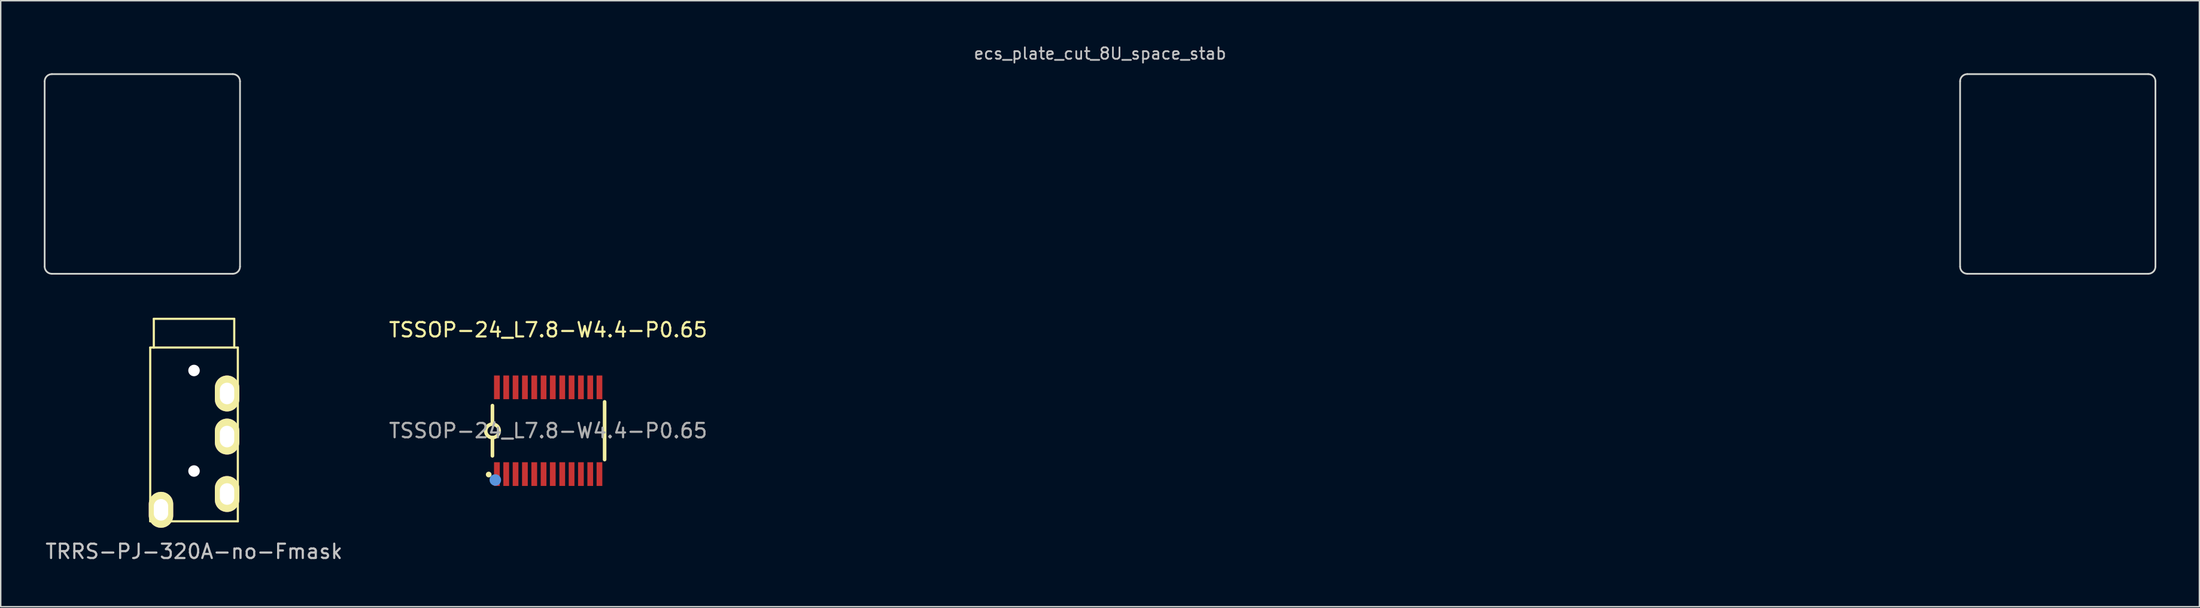
<source format=kicad_pcb>
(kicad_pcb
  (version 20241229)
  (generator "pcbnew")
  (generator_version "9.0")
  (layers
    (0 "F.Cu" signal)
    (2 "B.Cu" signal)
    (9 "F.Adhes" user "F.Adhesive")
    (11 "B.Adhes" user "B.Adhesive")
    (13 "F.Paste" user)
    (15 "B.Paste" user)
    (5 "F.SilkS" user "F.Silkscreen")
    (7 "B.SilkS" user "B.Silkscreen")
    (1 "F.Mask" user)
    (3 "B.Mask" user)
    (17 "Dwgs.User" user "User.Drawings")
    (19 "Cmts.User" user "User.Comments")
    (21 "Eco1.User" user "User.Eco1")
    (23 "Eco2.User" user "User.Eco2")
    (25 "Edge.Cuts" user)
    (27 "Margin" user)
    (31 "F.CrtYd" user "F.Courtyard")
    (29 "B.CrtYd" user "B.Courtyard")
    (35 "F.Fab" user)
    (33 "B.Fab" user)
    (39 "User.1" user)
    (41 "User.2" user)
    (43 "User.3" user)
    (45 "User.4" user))
  (footprint "TSSOP-24_L7.8-W4.4-P0.65"
    (layer "F.Cu")
    (at 35.113 26.939)
    (property "Reference" "TSSOP-24_L7.8-W4.4-P0.65" (at 0 -7.02 0) (layer "F.SilkS") (effects (font (size 1 1) (thickness 0.15))))
    (attr smd)
    (fp_line (start -3.88 -0.48) (end -3.88 -1.75) (stroke (width 0.25) (type solid)) (layer "F.SilkS"))
    (fp_line (start -3.88 1.75) (end -3.88 0.48) (stroke (width 0.25) (type solid)) (layer "F.SilkS"))
    (fp_line (start 3.93 -2.01) (end 3.93 2.01) (stroke (width 0.25) (type solid)) (layer "F.SilkS"))
    (fp_arc (start -3.888203 0.479928) (mid -3.875898 -0.459982) (end -3.88 0.48) (stroke (width 0.25) (type solid)) (layer "F.SilkS"))
    (fp_circle (center -4.14 3.05) (end -4.04 3.05) (stroke (width 0.2) (type solid)) (fill no) (layer "F.SilkS"))
    (fp_circle (center -3.68 3.43) (end -3.48 3.43) (stroke (width 0.4) (type solid)) (fill no) (layer "Cmts.User"))
    (fp_circle (center -3.9 3.19) (end -3.87 3.19) (stroke (width 0.06) (type solid)) (fill no) (layer "F.Fab"))
    (fp_text user "${REFERENCE}" (at 0 0 0) (layer "F.Fab") (effects (font (size 1 1) (thickness 0.15))))
    (pad "1" smd rect (at -3.57 3.02) (size 0.4 1.65) (layers "F.Cu" "F.Mask" "F.Paste"))
    (pad "2" smd rect (at -2.92 3.02) (size 0.4 1.65) (layers "F.Cu" "F.Mask" "F.Paste"))
    (pad "3" smd rect (at -2.27 3.02) (size 0.4 1.65) (layers "F.Cu" "F.Mask" "F.Paste"))
    (pad "4" smd rect (at -1.62 3.02) (size 0.4 1.65) (layers "F.Cu" "F.Mask" "F.Paste"))
    (pad "5" smd rect (at -0.97 3.02) (size 0.4 1.65) (layers "F.Cu" "F.Mask" "F.Paste"))
    (pad "6" smd rect (at -0.32 3.02) (size 0.4 1.65) (layers "F.Cu" "F.Mask" "F.Paste"))
    (pad "7" smd rect (at 0.32 3.02) (size 0.4 1.65) (layers "F.Cu" "F.Mask" "F.Paste"))
    (pad "8" smd rect (at 0.98 3.02) (size 0.4 1.65) (layers "F.Cu" "F.Mask" "F.Paste"))
    (pad "9" smd rect (at 1.63 3.02) (size 0.4 1.65) (layers "F.Cu" "F.Mask" "F.Paste"))
    (pad "10" smd rect (at 2.28 3.02) (size 0.4 1.65) (layers "F.Cu" "F.Mask" "F.Paste"))
    (pad "11" smd rect (at 2.93 3.02) (size 0.4 1.65) (layers "F.Cu" "F.Mask" "F.Paste"))
    (pad "12" smd rect (at 3.57 3.02) (size 0.4 1.65) (layers "F.Cu" "F.Mask" "F.Paste"))
    (pad "13" smd rect (at 3.57 -3.02) (size 0.4 1.65) (layers "F.Cu" "F.Mask" "F.Paste"))
    (pad "14" smd rect (at 2.93 -3.02) (size 0.4 1.65) (layers "F.Cu" "F.Mask" "F.Paste"))
    (pad "15" smd rect (at 2.28 -3.02) (size 0.4 1.65) (layers "F.Cu" "F.Mask" "F.Paste"))
    (pad "16" smd rect (at 1.63 -3.02) (size 0.4 1.65) (layers "F.Cu" "F.Mask" "F.Paste"))
    (pad "17" smd rect (at 0.98 -3.02) (size 0.4 1.65) (layers "F.Cu" "F.Mask" "F.Paste"))
    (pad "18" smd rect (at 0.32 -3.02) (size 0.4 1.65) (layers "F.Cu" "F.Mask" "F.Paste"))
    (pad "19" smd rect (at -0.32 -3.02) (size 0.4 1.65) (layers "F.Cu" "F.Mask" "F.Paste"))
    (pad "20" smd rect (at -0.97 -3.02) (size 0.4 1.65) (layers "F.Cu" "F.Mask" "F.Paste"))
    (pad "21" smd rect (at -1.62 -3.02) (size 0.4 1.65) (layers "F.Cu" "F.Mask" "F.Paste"))
    (pad "22" smd rect (at -2.27 -3.02) (size 0.4 1.65) (layers "F.Cu" "F.Mask" "F.Paste"))
    (pad "23" smd rect (at -2.92 -3.02) (size 0.4 1.65) (layers "F.Cu" "F.Mask" "F.Paste"))
    (pad "24" smd rect (at -3.57 -3.02) (size 0.4 1.65) (layers "F.Cu" "F.Mask" "F.Paste")))
  (footprint "TRRS-PJ-320A-no-Fmask"
    (layer "F.Cu")
    (at 10.458 21.146)
    (property "Reference" "TRRS-PJ-320A-no-Fmask" (at 0 14.2 0) (layer "Dwgs.User") (effects (font (size 1 1) (thickness 0.15))))
    (attr through_hole)
    (fp_line (start -3.05 0) (end -3.05 12.1) (stroke (width 0.15) (type solid)) (layer "F.SilkS"))
    (fp_line (start -2.8 0) (end -2.8 -2) (stroke (width 0.15) (type solid)) (layer "F.SilkS"))
    (fp_line (start 2.8 -2) (end -2.8 -2) (stroke (width 0.15) (type solid)) (layer "F.SilkS"))
    (fp_line (start 2.8 0) (end 2.8 -2) (stroke (width 0.15) (type solid)) (layer "F.SilkS"))
    (fp_line (start 3.05 0) (end -3.05 0) (stroke (width 0.15) (type solid)) (layer "F.SilkS"))
    (fp_line (start 3.05 0) (end 3.05 12.1) (stroke (width 0.15) (type solid)) (layer "F.SilkS"))
    (fp_line (start 3.05 12.1) (end -3.05 12.1) (stroke (width 0.15) (type solid)) (layer "F.SilkS"))
    (pad "" np_thru_hole circle (at 0 1.6) (size 0.8 0.8) (drill 0.8) (layers "*.Cu" "*.Mask"))
    (pad "" np_thru_hole circle (at 0 8.6) (size 0.8 0.8) (drill 0.8) (layers "*.Cu" "*.Mask"))
    (pad "A" thru_hole oval (at -2.3 11.3) (size 1.7 2.5) (drill oval 1 1.5) (layers "*.Cu" "*.Mask" "F.SilkS"))
    (pad "B" thru_hole oval (at 2.3 3.2) (size 1.7 2.5) (drill oval 1 1.5) (layers "*.Cu" "*.Mask" "F.SilkS"))
    (pad "C" thru_hole oval (at 2.3 6.2) (size 1.7 2.5) (drill oval 1 1.5) (layers "*.Cu" "*.Mask" "F.SilkS"))
    (pad "D" thru_hole oval (at 2.3 10.2) (size 1.7 2.5) (drill oval 1 1.5) (layers "*.Cu" "*.Mask" "F.SilkS")))
  (footprint "ecs_plate_cut_8U_space_stab"
    (layer "F.Cu")
    (at 73.535 9.061)
    (property "Reference" "ecs_plate_cut_8U_space_stab" (at 0 -8.382 0) (layer "Dwgs.User") (effects (font (size 0.8 0.8) (thickness 0.12))))
    (attr smd)
    (fp_line (start -73.475 6.45) (end -73.475 -6.45) (stroke (width 0.12) (type solid)) (layer "Edge.Cuts"))
    (fp_line (start -72.975 -6.95) (end -60.375 -6.95) (stroke (width 0.12) (type solid)) (layer "Edge.Cuts"))
    (fp_line (start -60.375 6.95) (end -72.975 6.95) (stroke (width 0.12) (type solid)) (layer "Edge.Cuts"))
    (fp_line (start -59.875 -6.45) (end -59.875 6.45) (stroke (width 0.12) (type solid)) (layer "Edge.Cuts"))
    (fp_line (start 59.875 6.45) (end 59.875 -6.45) (stroke (width 0.12) (type solid)) (layer "Edge.Cuts"))
    (fp_line (start 60.375 -6.95) (end 72.975 -6.95) (stroke (width 0.12) (type solid)) (layer "Edge.Cuts"))
    (fp_line (start 72.975 6.95) (end 60.375 6.95) (stroke (width 0.12) (type solid)) (layer "Edge.Cuts"))
    (fp_line (start 73.475 -6.45) (end 73.475 6.45) (stroke (width 0.12) (type solid)) (layer "Edge.Cuts"))
    (fp_arc (start -73.475 -6.45) (mid -73.328553 -6.803553) (end -72.975 -6.95) (stroke (width 0.12) (type solid)) (layer "Edge.Cuts"))
    (fp_arc (start -72.975 6.95) (mid -73.328553 6.803553) (end -73.475 6.45) (stroke (width 0.12) (type solid)) (layer "Edge.Cuts"))
    (fp_arc (start -60.375 -6.95) (mid -60.021447 -6.803553) (end -59.875 -6.45) (stroke (width 0.12) (type solid)) (layer "Edge.Cuts"))
    (fp_arc (start -59.875 6.45) (mid -60.021447 6.803553) (end -60.375 6.95) (stroke (width 0.12) (type solid)) (layer "Edge.Cuts"))
    (fp_arc (start 59.875 -6.45) (mid 60.021447 -6.803553) (end 60.375 -6.95) (stroke (width 0.12) (type solid)) (layer "Edge.Cuts"))
    (fp_arc (start 60.375 6.95) (mid 60.021447 6.803553) (end 59.875 6.45) (stroke (width 0.12) (type solid)) (layer "Edge.Cuts"))
    (fp_arc (start 72.975 -6.95) (mid 73.328553 -6.803553) (end 73.475 -6.45) (stroke (width 0.12) (type solid)) (layer "Edge.Cuts"))
    (fp_arc (start 73.475 6.45) (mid 73.328553 6.803553) (end 72.975 6.95) (stroke (width 0.12) (type solid)) (layer "Edge.Cuts")))
  (gr_rect
    (start -3 -3)
    (end 150.07 39.194)
    (stroke (width 0.1) (type default))
    (fill no)
    (layer "Edge.Cuts")))
</source>
